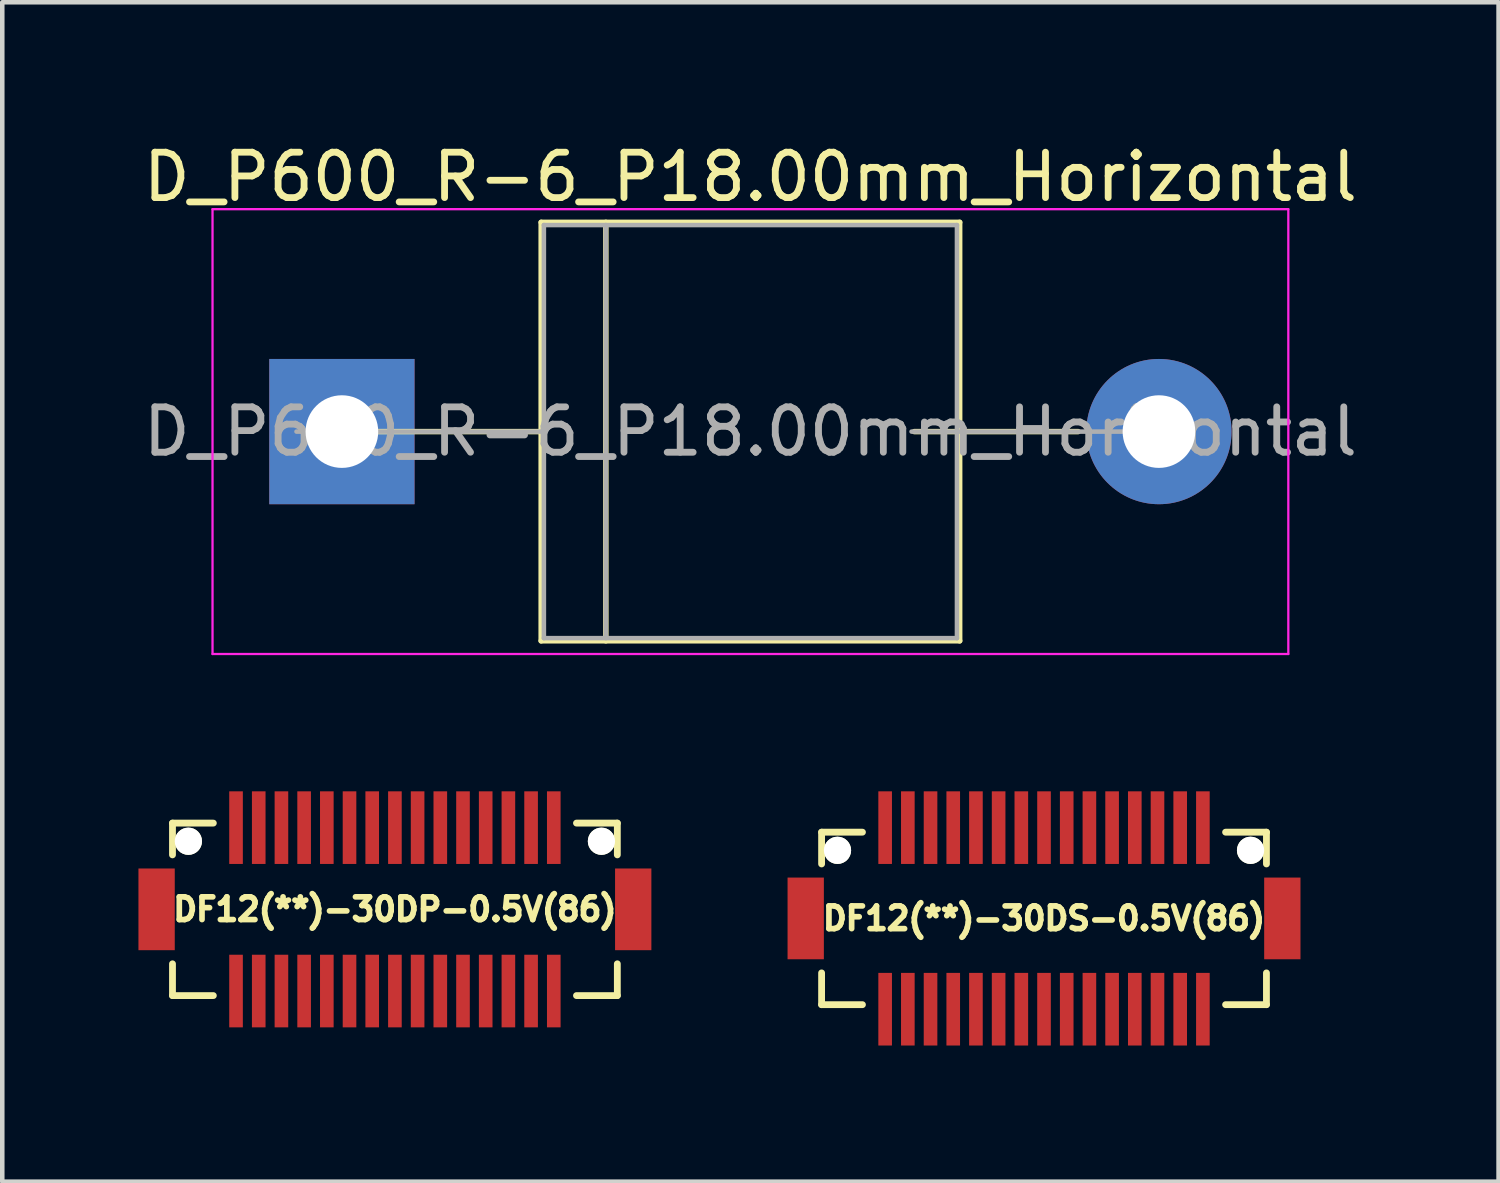
<source format=kicad_pcb>
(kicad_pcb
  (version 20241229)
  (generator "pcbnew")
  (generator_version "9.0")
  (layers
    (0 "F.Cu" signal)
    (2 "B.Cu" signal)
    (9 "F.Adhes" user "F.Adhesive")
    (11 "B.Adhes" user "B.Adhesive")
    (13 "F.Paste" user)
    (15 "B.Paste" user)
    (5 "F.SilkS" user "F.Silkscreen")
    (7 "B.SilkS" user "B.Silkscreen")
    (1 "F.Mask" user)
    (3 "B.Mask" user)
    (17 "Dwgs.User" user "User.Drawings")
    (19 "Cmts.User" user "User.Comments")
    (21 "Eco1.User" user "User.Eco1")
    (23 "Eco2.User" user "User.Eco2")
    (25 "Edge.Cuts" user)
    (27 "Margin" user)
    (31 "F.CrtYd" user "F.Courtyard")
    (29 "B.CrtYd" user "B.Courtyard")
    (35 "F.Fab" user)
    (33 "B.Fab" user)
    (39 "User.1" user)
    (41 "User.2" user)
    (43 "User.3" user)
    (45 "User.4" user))
  (footprint "DF12(**)-30DP-0.5V(86)"
    (layer "F.Cu")
    (at 5.65 16.983)
    (property "Reference" "DF12(**)-30DP-0.5V(86)" (at 0 0 0) (layer "F.SilkS") (effects (font (size 0.5 0.5) (thickness 0.125))))
    (attr through_hole)
    (fp_line (start -4.9 -1.9) (end -4.9 -1.2) (stroke (width 0.15) (type solid)) (layer "F.SilkS"))
    (fp_line (start -4.9 1.9) (end -4.9 1.2) (stroke (width 0.15) (type solid)) (layer "F.SilkS"))
    (fp_line (start -4 -1.9) (end -4.9 -1.9) (stroke (width 0.15) (type solid)) (layer "F.SilkS"))
    (fp_line (start -4 1.9) (end -4.9 1.9) (stroke (width 0.15) (type solid)) (layer "F.SilkS"))
    (fp_line (start 4 -1.9) (end 4.9 -1.9) (stroke (width 0.15) (type solid)) (layer "F.SilkS"))
    (fp_line (start 4 1.9) (end 4.9 1.9) (stroke (width 0.15) (type solid)) (layer "F.SilkS"))
    (fp_line (start 4.9 -1.9) (end 4.9 -1.2) (stroke (width 0.15) (type solid)) (layer "F.SilkS"))
    (fp_line (start 4.9 1.9) (end 4.9 1.2) (stroke (width 0.15) (type solid)) (layer "F.SilkS"))
    (pad "" np_thru_hole circle (at -4.55 -1.5) (size 0.6 0.6) (drill 0.6) (layers "*.Cu" "*.Mask" "F.SilkS"))
    (pad "" np_thru_hole circle (at 4.55 -1.5) (size 0.6 0.6) (drill 0.6) (layers "*.Cu" "*.Mask" "F.SilkS"))
    (pad "1" smd rect (at -3.5 -1.8) (size 0.3 1.6) (layers "F.Cu" "F.Mask" "F.Paste"))
    (pad "2" smd rect (at -3.5 1.8) (size 0.3 1.6) (layers "F.Cu" "F.Mask" "F.Paste"))
    (pad "3" smd rect (at -3 -1.8) (size 0.3 1.6) (layers "F.Cu" "F.Mask" "F.Paste"))
    (pad "4" smd rect (at -3 1.8) (size 0.3 1.6) (layers "F.Cu" "F.Mask" "F.Paste"))
    (pad "5" smd rect (at -2.5 -1.8) (size 0.3 1.6) (layers "F.Cu" "F.Mask" "F.Paste"))
    (pad "6" smd rect (at -2.5 1.8) (size 0.3 1.6) (layers "F.Cu" "F.Mask" "F.Paste"))
    (pad "7" smd rect (at -2 -1.8) (size 0.3 1.6) (layers "F.Cu" "F.Mask" "F.Paste"))
    (pad "8" smd rect (at -2 1.8) (size 0.3 1.6) (layers "F.Cu" "F.Mask" "F.Paste"))
    (pad "9" smd rect (at -1.5 -1.8) (size 0.3 1.6) (layers "F.Cu" "F.Mask" "F.Paste"))
    (pad "10" smd rect (at -1.5 1.8) (size 0.3 1.6) (layers "F.Cu" "F.Mask" "F.Paste"))
    (pad "11" smd rect (at -1 -1.8) (size 0.3 1.6) (layers "F.Cu" "F.Mask" "F.Paste"))
    (pad "12" smd rect (at -1 1.8) (size 0.3 1.6) (layers "F.Cu" "F.Mask" "F.Paste"))
    (pad "13" smd rect (at -0.5 -1.8) (size 0.3 1.6) (layers "F.Cu" "F.Mask" "F.Paste"))
    (pad "14" smd rect (at -0.5 1.8) (size 0.3 1.6) (layers "F.Cu" "F.Mask" "F.Paste"))
    (pad "15" smd rect (at 0 -1.8) (size 0.3 1.6) (layers "F.Cu" "F.Mask" "F.Paste"))
    (pad "16" smd rect (at 0 1.8) (size 0.3 1.6) (layers "F.Cu" "F.Mask" "F.Paste"))
    (pad "17" smd rect (at 0.5 -1.8) (size 0.3 1.6) (layers "F.Cu" "F.Mask" "F.Paste"))
    (pad "18" smd rect (at 0.5 1.8) (size 0.3 1.6) (layers "F.Cu" "F.Mask" "F.Paste"))
    (pad "19" smd rect (at 1 -1.8) (size 0.3 1.6) (layers "F.Cu" "F.Mask" "F.Paste"))
    (pad "20" smd rect (at 1 1.8) (size 0.3 1.6) (layers "F.Cu" "F.Mask" "F.Paste"))
    (pad "21" smd rect (at 1.5 -1.8) (size 0.3 1.6) (layers "F.Cu" "F.Mask" "F.Paste"))
    (pad "22" smd rect (at 1.5 1.8) (size 0.3 1.6) (layers "F.Cu" "F.Mask" "F.Paste"))
    (pad "23" smd rect (at 2 -1.8) (size 0.3 1.6) (layers "F.Cu" "F.Mask" "F.Paste"))
    (pad "24" smd rect (at 2 1.8) (size 0.3 1.6) (layers "F.Cu" "F.Mask" "F.Paste"))
    (pad "25" smd rect (at 2.5 -1.8) (size 0.3 1.6) (layers "F.Cu" "F.Mask" "F.Paste"))
    (pad "26" smd rect (at 2.5 1.8) (size 0.3 1.6) (layers "F.Cu" "F.Mask" "F.Paste"))
    (pad "27" smd rect (at 3 -1.8) (size 0.3 1.6) (layers "F.Cu" "F.Mask" "F.Paste"))
    (pad "28" smd rect (at 3 1.8) (size 0.3 1.6) (layers "F.Cu" "F.Mask" "F.Paste"))
    (pad "29" smd rect (at 3.5 -1.8) (size 0.3 1.6) (layers "F.Cu" "F.Mask" "F.Paste"))
    (pad "30" smd rect (at 3.5 1.8) (size 0.3 1.6) (layers "F.Cu" "F.Mask" "F.Paste"))
    (pad "fix" smd rect (at -5.25 0) (size 0.8 1.8) (layers "F.Cu" "F.Mask" "F.Paste"))
    (pad "fix" smd rect (at 5.25 0) (size 0.8 1.8) (layers "F.Cu" "F.Mask" "F.Paste")))
  (footprint "D_P600_R-6_P18.00mm_Horizontal"
    (layer "F.Cu")
    (at 3.482 6.458)
    (property "Reference" "D_P600_R-6_P18.00mm_Horizontal" (at 10 -5.61 0) (layer "F.SilkS") (effects (font (size 1 1) (thickness 0.15))))
    (attr through_hole)
    (fp_line (start 1.78 0) (end 5.39 0) (stroke (width 0.12) (type solid)) (layer "F.SilkS"))
    (fp_line (start 5.39 -4.61) (end 5.39 4.61) (stroke (width 0.12) (type solid)) (layer "F.SilkS"))
    (fp_line (start 5.39 4.61) (end 14.61 4.61) (stroke (width 0.12) (type solid)) (layer "F.SilkS"))
    (fp_line (start 6.815 -4.61) (end 6.815 4.61) (stroke (width 0.12) (type solid)) (layer "F.SilkS"))
    (fp_line (start 14.61 -4.61) (end 5.39 -4.61) (stroke (width 0.12) (type solid)) (layer "F.SilkS"))
    (fp_line (start 14.61 4.61) (end 14.61 -4.61) (stroke (width 0.12) (type solid)) (layer "F.SilkS"))
    (fp_line (start 17.22 0) (end 13.61 0) (stroke (width 0.12) (type solid)) (layer "F.SilkS"))
    (fp_line (start -1.85 -4.9) (end -1.85 4.9) (stroke (width 0.05) (type solid)) (layer "F.CrtYd"))
    (fp_line (start -1.85 4.9) (end 21.85 4.9) (stroke (width 0.05) (type solid)) (layer "F.CrtYd"))
    (fp_line (start 21.85 -4.9) (end -1.85 -4.9) (stroke (width 0.05) (type solid)) (layer "F.CrtYd"))
    (fp_line (start 21.85 4.9) (end 21.85 -4.9) (stroke (width 0.05) (type solid)) (layer "F.CrtYd"))
    (fp_line (start 0 0) (end 5.45 0) (stroke (width 0.1) (type solid)) (layer "F.Fab"))
    (fp_line (start 5.45 -4.55) (end 5.45 4.55) (stroke (width 0.1) (type solid)) (layer "F.Fab"))
    (fp_line (start 5.45 4.55) (end 14.55 4.55) (stroke (width 0.1) (type solid)) (layer "F.Fab"))
    (fp_line (start 6.815 -4.55) (end 6.815 4.55) (stroke (width 0.1) (type solid)) (layer "F.Fab"))
    (fp_line (start 14.55 -4.55) (end 5.45 -4.55) (stroke (width 0.1) (type solid)) (layer "F.Fab"))
    (fp_line (start 14.55 4.55) (end 14.55 -4.55) (stroke (width 0.1) (type solid)) (layer "F.Fab"))
    (fp_line (start 19 0) (end 13.55 0) (stroke (width 0.1) (type solid)) (layer "F.Fab"))
    (fp_text user "${REFERENCE}" (at 10 0 0) (layer "F.Fab") (effects (font (size 1 1) (thickness 0.15))))
    (pad "1" thru_hole rect (at 1 0) (size 3.2 3.2) (drill 1.6) (layers "*.Cu" "*.Mask"))
    (pad "2" thru_hole oval (at 19 0) (size 3.2 3.2) (drill 1.6) (layers "*.Cu" "*.Mask")))
  (footprint "DF12(**)-30DS-0.5V(86)"
    (layer "F.Cu")
    (at 19.95 17.183)
    (property "Reference" "DF12(**)-30DS-0.5V(86)" (at 0 0 0) (layer "F.SilkS") (effects (font (size 0.5 0.5) (thickness 0.125))))
    (attr through_hole)
    (fp_line (start -4.9 -1.9) (end -4.9 -1.2) (stroke (width 0.15) (type solid)) (layer "F.SilkS"))
    (fp_line (start -4.9 1.9) (end -4.9 1.2) (stroke (width 0.15) (type solid)) (layer "F.SilkS"))
    (fp_line (start -4 -1.9) (end -4.9 -1.9) (stroke (width 0.15) (type solid)) (layer "F.SilkS"))
    (fp_line (start -4 1.9) (end -4.9 1.9) (stroke (width 0.15) (type solid)) (layer "F.SilkS"))
    (fp_line (start 4 -1.9) (end 4.9 -1.9) (stroke (width 0.15) (type solid)) (layer "F.SilkS"))
    (fp_line (start 4 1.9) (end 4.9 1.9) (stroke (width 0.15) (type solid)) (layer "F.SilkS"))
    (fp_line (start 4.9 -1.9) (end 4.9 -1.2) (stroke (width 0.15) (type solid)) (layer "F.SilkS"))
    (fp_line (start 4.9 1.9) (end 4.9 1.2) (stroke (width 0.15) (type solid)) (layer "F.SilkS"))
    (pad "" np_thru_hole circle (at -4.55 -1.5) (size 0.6 0.6) (drill 0.6) (layers "*.Cu" "*.Mask" "F.SilkS"))
    (pad "" np_thru_hole circle (at 4.55 -1.5) (size 0.6 0.6) (drill 0.6) (layers "*.Cu" "*.Mask" "F.SilkS"))
    (pad "1" smd rect (at -3.5 2) (size 0.3 1.6) (layers "F.Cu" "F.Mask" "F.Paste"))
    (pad "2" smd rect (at -3.5 -2) (size 0.3 1.6) (layers "F.Cu" "F.Mask" "F.Paste"))
    (pad "3" smd rect (at -3 2) (size 0.3 1.6) (layers "F.Cu" "F.Mask" "F.Paste"))
    (pad "4" smd rect (at -3 -2) (size 0.3 1.6) (layers "F.Cu" "F.Mask" "F.Paste"))
    (pad "5" smd rect (at -2.5 2) (size 0.3 1.6) (layers "F.Cu" "F.Mask" "F.Paste"))
    (pad "6" smd rect (at -2.5 -2) (size 0.3 1.6) (layers "F.Cu" "F.Mask" "F.Paste"))
    (pad "7" smd rect (at -2 2) (size 0.3 1.6) (layers "F.Cu" "F.Mask" "F.Paste"))
    (pad "8" smd rect (at -2 -2) (size 0.3 1.6) (layers "F.Cu" "F.Mask" "F.Paste"))
    (pad "9" smd rect (at -1.5 2) (size 0.3 1.6) (layers "F.Cu" "F.Mask" "F.Paste"))
    (pad "10" smd rect (at -1.5 -2) (size 0.3 1.6) (layers "F.Cu" "F.Mask" "F.Paste"))
    (pad "11" smd rect (at -1 2) (size 0.3 1.6) (layers "F.Cu" "F.Mask" "F.Paste"))
    (pad "12" smd rect (at -1 -2) (size 0.3 1.6) (layers "F.Cu" "F.Mask" "F.Paste"))
    (pad "13" smd rect (at -0.5 2) (size 0.3 1.6) (layers "F.Cu" "F.Mask" "F.Paste"))
    (pad "14" smd rect (at -0.5 -2) (size 0.3 1.6) (layers "F.Cu" "F.Mask" "F.Paste"))
    (pad "15" smd rect (at 0 2) (size 0.3 1.6) (layers "F.Cu" "F.Mask" "F.Paste"))
    (pad "16" smd rect (at 0 -2) (size 0.3 1.6) (layers "F.Cu" "F.Mask" "F.Paste"))
    (pad "17" smd rect (at 0.5 2) (size 0.3 1.6) (layers "F.Cu" "F.Mask" "F.Paste"))
    (pad "18" smd rect (at 0.5 -2) (size 0.3 1.6) (layers "F.Cu" "F.Mask" "F.Paste"))
    (pad "19" smd rect (at 1 2) (size 0.3 1.6) (layers "F.Cu" "F.Mask" "F.Paste"))
    (pad "20" smd rect (at 1 -2) (size 0.3 1.6) (layers "F.Cu" "F.Mask" "F.Paste"))
    (pad "21" smd rect (at 1.5 2) (size 0.3 1.6) (layers "F.Cu" "F.Mask" "F.Paste"))
    (pad "22" smd rect (at 1.5 -2) (size 0.3 1.6) (layers "F.Cu" "F.Mask" "F.Paste"))
    (pad "23" smd rect (at 2 2) (size 0.3 1.6) (layers "F.Cu" "F.Mask" "F.Paste"))
    (pad "24" smd rect (at 2 -2) (size 0.3 1.6) (layers "F.Cu" "F.Mask" "F.Paste"))
    (pad "25" smd rect (at 2.5 2) (size 0.3 1.6) (layers "F.Cu" "F.Mask" "F.Paste"))
    (pad "26" smd rect (at 2.5 -2) (size 0.3 1.6) (layers "F.Cu" "F.Mask" "F.Paste"))
    (pad "27" smd rect (at 3 2) (size 0.3 1.6) (layers "F.Cu" "F.Mask" "F.Paste"))
    (pad "28" smd rect (at 3 -2) (size 0.3 1.6) (layers "F.Cu" "F.Mask" "F.Paste"))
    (pad "29" smd rect (at 3.5 2) (size 0.3 1.6) (layers "F.Cu" "F.Mask" "F.Paste"))
    (pad "30" smd rect (at 3.5 -2) (size 0.3 1.6) (layers "F.Cu" "F.Mask" "F.Paste"))
    (pad "fix" smd rect (at -5.25 0) (size 0.8 1.8) (layers "F.Cu" "F.Mask" "F.Paste"))
    (pad "fix" smd rect (at 5.25 0) (size 0.8 1.8) (layers "F.Cu" "F.Mask" "F.Paste")))
  (gr_rect
    (start -3 -3)
    (end 29.964 22.983)
    (stroke (width 0.1) (type default))
    (fill no)
    (layer "Edge.Cuts")))
</source>
